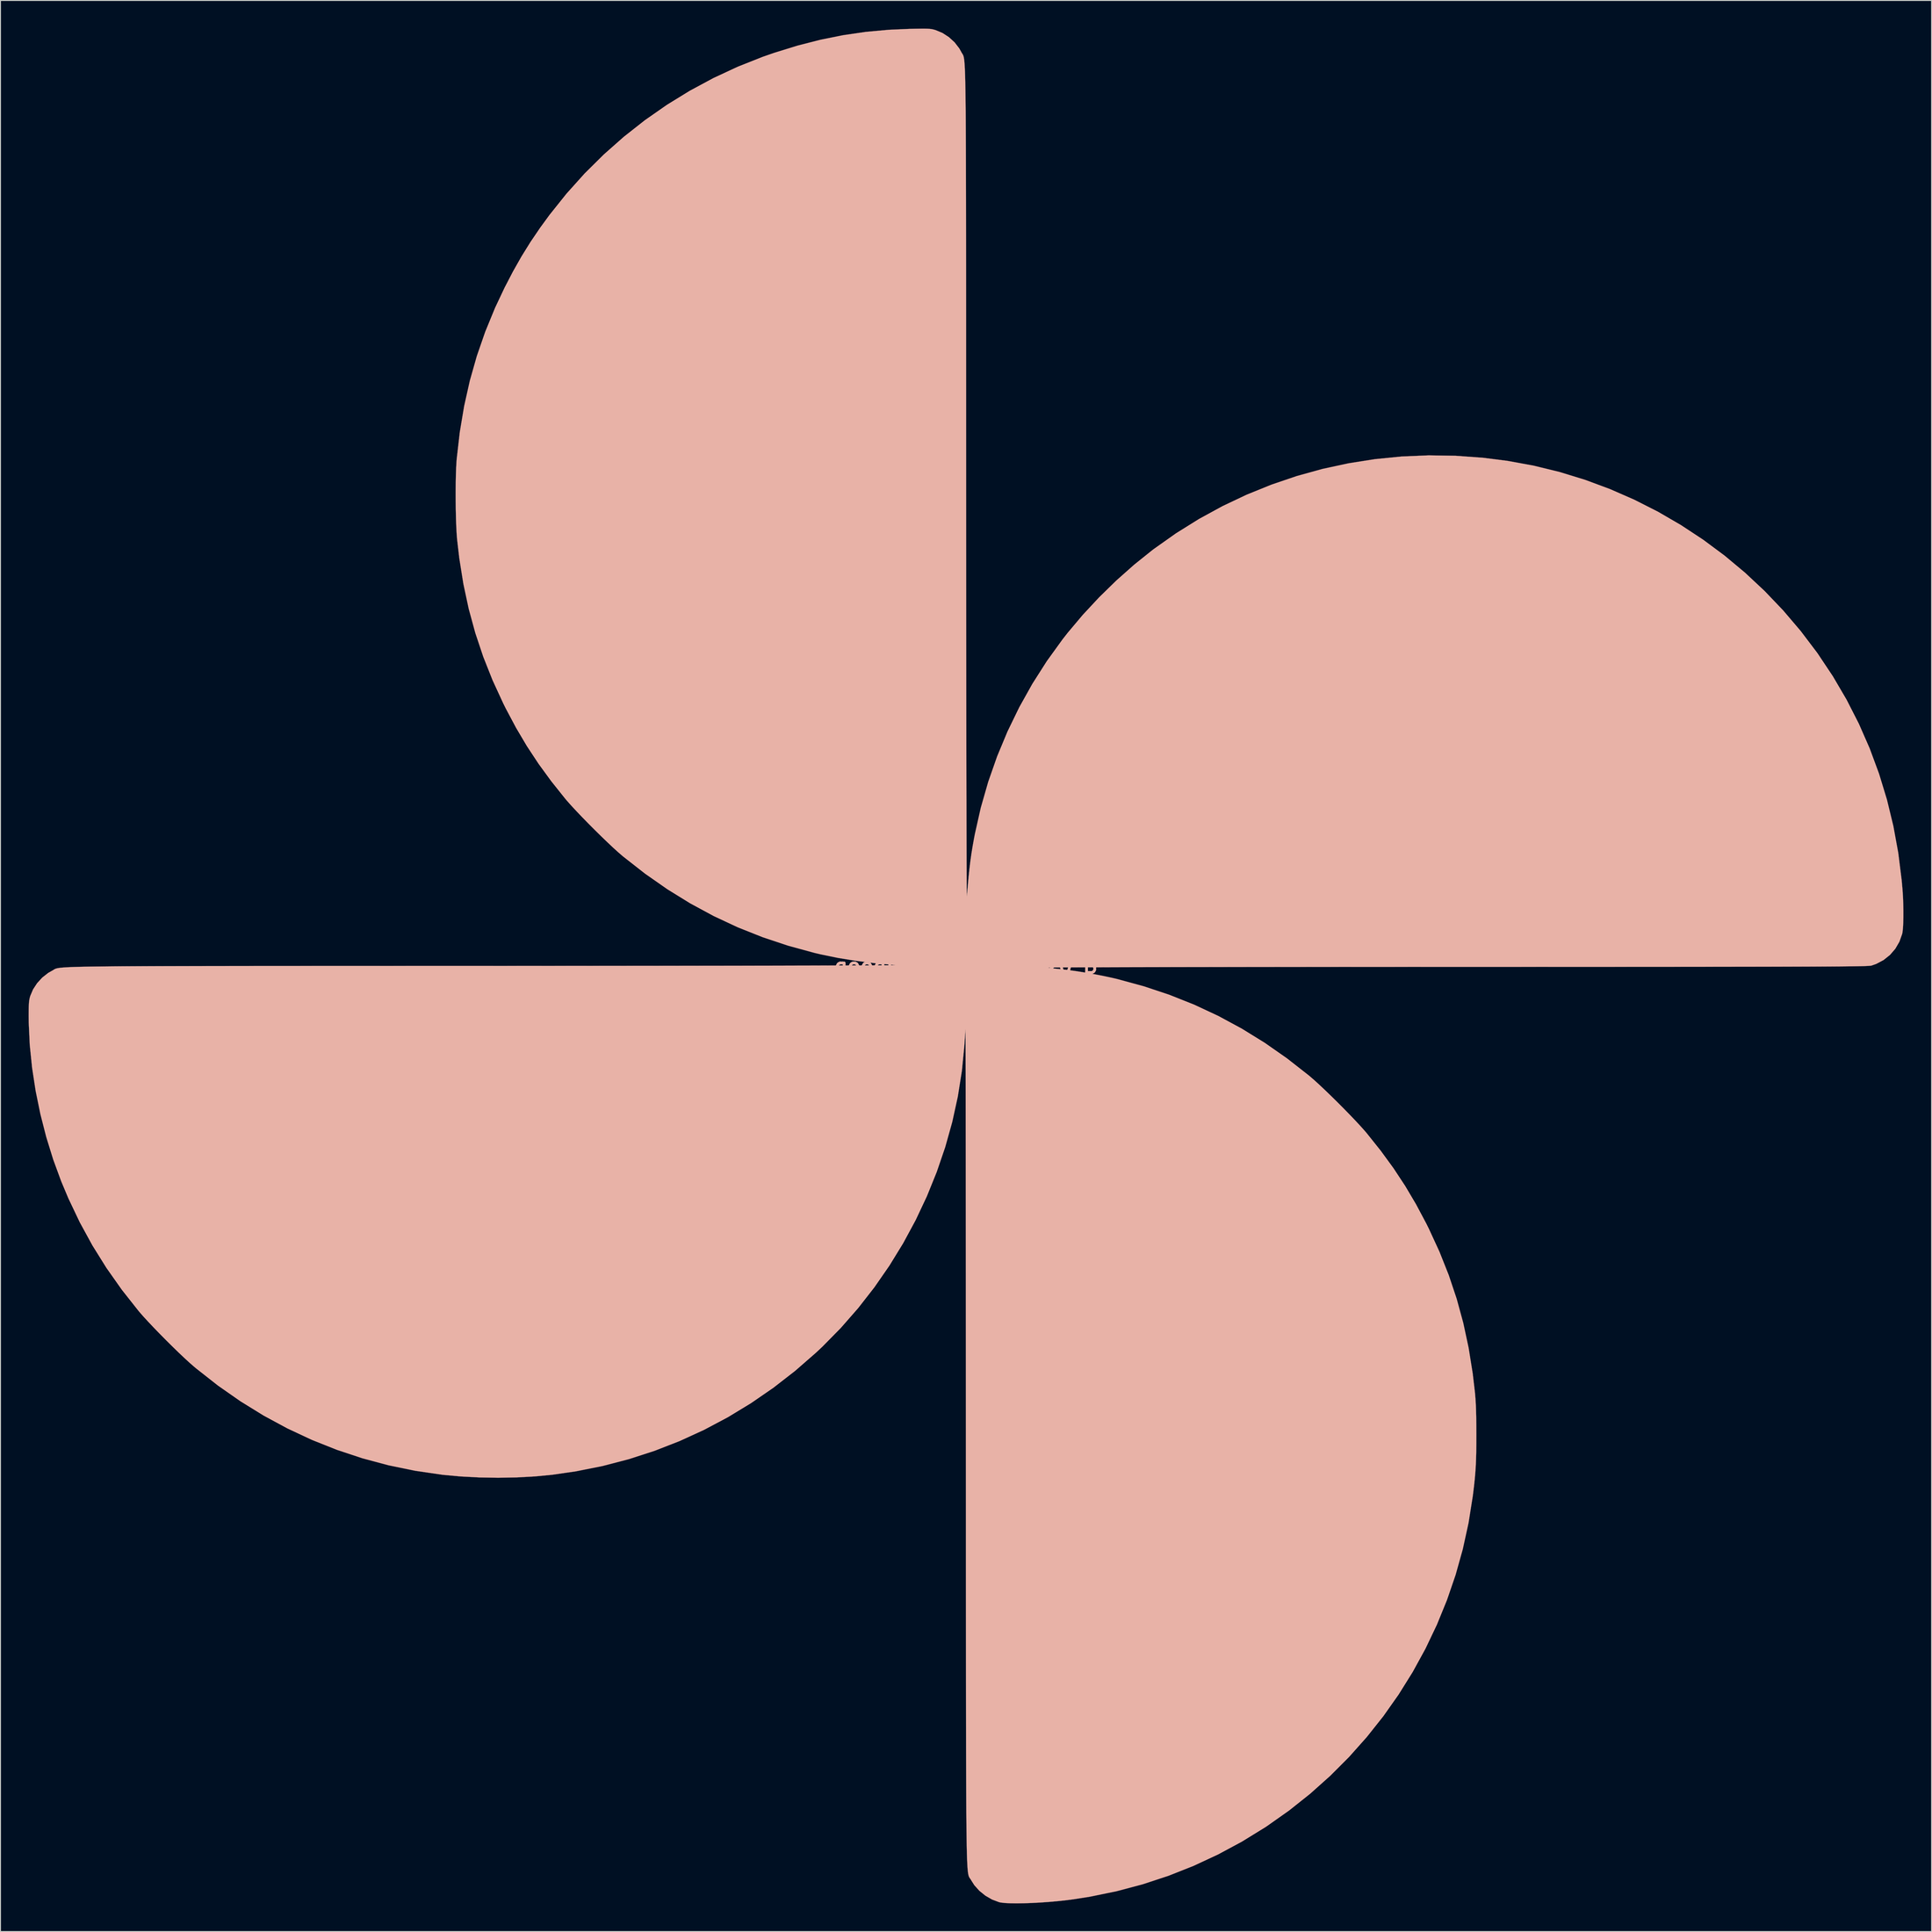
<source format=kicad_pcb>
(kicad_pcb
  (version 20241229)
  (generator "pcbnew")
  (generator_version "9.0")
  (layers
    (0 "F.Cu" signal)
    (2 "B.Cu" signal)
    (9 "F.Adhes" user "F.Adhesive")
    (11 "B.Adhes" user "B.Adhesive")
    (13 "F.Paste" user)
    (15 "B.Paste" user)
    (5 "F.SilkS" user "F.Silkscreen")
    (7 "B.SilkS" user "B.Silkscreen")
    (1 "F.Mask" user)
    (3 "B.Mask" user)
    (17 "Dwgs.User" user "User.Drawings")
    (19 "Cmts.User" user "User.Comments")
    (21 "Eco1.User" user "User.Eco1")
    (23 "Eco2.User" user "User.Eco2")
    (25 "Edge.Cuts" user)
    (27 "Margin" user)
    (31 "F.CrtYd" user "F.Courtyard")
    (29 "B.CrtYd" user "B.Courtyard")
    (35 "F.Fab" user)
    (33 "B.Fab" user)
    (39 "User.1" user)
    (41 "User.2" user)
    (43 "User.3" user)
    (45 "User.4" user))
  (footprint "google-photos_20x20_B"
    (layer "F.Cu")
    (at 99.912 99.91)
    (property "Reference" "google-photos_20x20_B" (at 0 0 0) (layer "B.SilkS") (effects (font (size 1.524 1.524) (thickness 0.3))))
    (attr through_hole)
    (fp_poly (pts (xy -4.106 -99.898) (xy -3.859 -99.882) (xy -3.659 -99.856) (xy -3.48 -99.818) (xy -3.297 -99.767) (xy -3.246 -99.752) (xy -2.513 -99.446) (xy -1.825 -99) (xy -1.216 -98.442) (xy -0.721 -97.801) (xy -0.512 -97.428) (xy -0.474 -97.357) (xy -0.439 -97.298) (xy -0.405 -97.247) (xy -0.374 -97.198) (xy -0.344 -97.148) (xy -0.315 -97.092) (xy -0.288 -97.026) (xy -0.263 -96.947) (xy -0.239 -96.848) (xy -0.217 -96.728) (xy -0.196 -96.58) (xy -0.177 -96.401) (xy -0.159 -96.186) (xy -0.142 -95.931) (xy -0.126 -95.633) (xy -0.111 -95.285) (xy -0.098 -94.886) (xy -0.086 -94.429) (xy -0.075 -93.911) (xy -0.064 -93.327) (xy -0.055 -92.674) (xy -0.047 -91.947) (xy -0.039 -91.141) (xy -0.032 -90.252) (xy -0.026 -89.277) (xy -0.021 -88.21) (xy -0.016 -87.048) (xy -0.012 -85.787) (xy -0.009 -84.421) (xy -0.006 -82.946) (xy -0.003 -81.359) (xy -0.001 -79.656) (xy 0.001 -77.831) (xy 0.002 -75.88) (xy 0.004 -73.8) (xy 0.005 -71.586) (xy 0.006 -69.233) (xy 0.006 -66.738) (xy 0.007 -64.096) (xy 0.008 -61.303) (xy 0.008 -58.355) (xy 0.009 -55.246) (xy 0.01 -51.974) (xy 0.01 -51.139) (xy 0.011 -48.407) (xy 0.012 -45.72) (xy 0.014 -43.084) (xy 0.015 -40.503) (xy 0.017 -37.982) (xy 0.019 -35.526) (xy 0.021 -33.139) (xy 0.024 -30.827) (xy 0.026 -28.594) (xy 0.029 -26.444) (xy 0.032 -24.384) (xy 0.035 -22.418) (xy 0.038 -20.549) (xy 0.041 -18.784) (xy 0.045 -17.128) (xy 0.048 -15.584) (xy 0.052 -14.157) (xy 0.056 -12.854) (xy 0.06 -11.678) (xy 0.064 -10.633) (xy 0.068 -9.726) (xy 0.072 -8.961) (xy 0.076 -8.342) (xy 0.08 -7.875) (xy 0.084 -7.564) (xy 0.088 -7.414) (xy 0.091 -7.408) (xy 0.185 -8.532) (xy 0.276 -9.52) (xy 0.37 -10.404) (xy 0.469 -11.217) (xy 0.579 -11.991) (xy 0.704 -12.761) (xy 0.847 -13.558) (xy 0.942 -14.055) (xy 1.574 -16.865) (xy 2.367 -19.63) (xy 3.317 -22.342) (xy 4.421 -24.992) (xy 5.673 -27.572) (xy 7.072 -30.075) (xy 8.613 -32.493) (xy 10.292 -34.817) (xy 10.842 -35.52) (xy 12.452 -37.431) (xy 14.191 -39.299) (xy 16.03 -41.094) (xy 17.936 -42.784) (xy 19.876 -44.339) (xy 20.024 -44.45) (xy 22.385 -46.12) (xy 24.826 -47.642) (xy 27.339 -49.015) (xy 29.918 -50.236) (xy 32.557 -51.305) (xy 35.25 -52.22) (xy 37.99 -52.979) (xy 40.772 -53.58) (xy 43.589 -54.023) (xy 46.434 -54.305) (xy 49.302 -54.425) (xy 52.186 -54.381) (xy 55.08 -54.173) (xy 57.7 -53.841) (xy 60.505 -53.327) (xy 63.266 -52.652) (xy 65.978 -51.819) (xy 68.633 -50.833) (xy 71.226 -49.698) (xy 73.75 -48.418) (xy 76.199 -46.995) (xy 78.566 -45.436) (xy 80.845 -43.743) (xy 83.029 -41.92) (xy 85.113 -39.971) (xy 87.09 -37.901) (xy 88.953 -35.713) (xy 90.697 -33.411) (xy 90.779 -33.295) (xy 92.392 -30.876) (xy 93.852 -28.383) (xy 95.16 -25.82) (xy 96.313 -23.19) (xy 97.31 -20.494) (xy 98.151 -17.737) (xy 98.835 -14.922) (xy 99.36 -12.05) (xy 99.726 -9.126) (xy 99.82 -8.048) (xy 99.864 -7.35) (xy 99.892 -6.627) (xy 99.906 -5.907) (xy 99.905 -5.218) (xy 99.89 -4.592) (xy 99.861 -4.055) (xy 99.818 -3.637) (xy 99.778 -3.426) (xy 99.481 -2.589) (xy 99.043 -1.837) (xy 98.479 -1.184) (xy 97.802 -0.643) (xy 97.027 -0.231) (xy 96.526 -0.052) (xy 96.482 -0.042) (xy 96.418 -0.032) (xy 96.33 -0.023) (xy 96.213 -0.014) (xy 96.063 -0.006) (xy 95.875 0.002) (xy 95.646 0.009) (xy 95.372 0.016) (xy 95.047 0.023) (xy 94.668 0.029) (xy 94.23 0.034) (xy 93.729 0.04) (xy 93.161 0.045) (xy 92.521 0.049) (xy 91.805 0.053) (xy 91.01 0.057) (xy 90.13 0.061) (xy 89.161 0.064) (xy 88.099 0.067) (xy 86.94 0.07) (xy 85.679 0.073) (xy 84.312 0.075) (xy 82.835 0.077) (xy 81.244 0.079) (xy 79.534 0.081) (xy 77.701 0.082) (xy 75.741 0.084) (xy 73.649 0.085) (xy 71.421 0.086) (xy 69.054 0.087) (xy 66.541 0.088) (xy 63.88 0.088) (xy 61.066 0.089) (xy 58.094 0.09) (xy 54.961 0.09) (xy 52.33 0.09) (xy 49.618 0.091) (xy 46.95 0.092) (xy 44.33 0.093) (xy 41.763 0.094) (xy 39.254 0.095) (xy 36.808 0.097) (xy 34.43 0.099) (xy 32.125 0.101) (xy 29.898 0.103) (xy 27.754 0.106) (xy 25.698 0.109) (xy 23.734 0.111) (xy 21.869 0.114) (xy 20.106 0.118) (xy 18.451 0.121) (xy 16.909 0.124) (xy 15.484 0.128) (xy 14.182 0.132) (xy 13.007 0.135) (xy 11.965 0.139) (xy 11.06 0.143) (xy 10.298 0.148) (xy 9.684 0.152) (xy 9.221 0.156) (xy 8.916 0.16) (xy 8.773 0.165) (xy 8.763 0.166) (xy 8.909 0.2) (xy 9.185 0.242) (xy 9.555 0.287) (xy 9.979 0.33) (xy 10.033 0.335) (xy 10.786 0.417) (xy 11.66 0.536) (xy 12.612 0.687) (xy 13.599 0.861) (xy 14.578 1.05) (xy 15.508 1.248) (xy 16.129 1.393) (xy 18.949 2.163) (xy 21.68 3.073) (xy 24.327 4.126) (xy 26.896 5.327) (xy 29.395 6.678) (xy 31.83 8.182) (xy 34.208 9.843) (xy 36.534 11.664) (xy 36.618 11.734) (xy 37.074 12.127) (xy 37.62 12.623) (xy 38.233 13.201) (xy 38.892 13.836) (xy 39.573 14.507) (xy 40.253 15.19) (xy 40.911 15.864) (xy 41.523 16.505) (xy 42.066 17.09) (xy 42.519 17.598) (xy 42.709 17.822) (xy 44.203 19.694) (xy 45.56 21.554) (xy 46.804 23.441) (xy 47.959 25.392) (xy 49.051 27.444) (xy 49.319 27.982) (xy 50.459 30.456) (xy 51.448 32.944) (xy 52.292 35.466) (xy 52.995 38.04) (xy 53.563 40.682) (xy 54.001 43.412) (xy 54.242 45.466) (xy 54.29 46.026) (xy 54.329 46.625) (xy 54.357 47.292) (xy 54.376 48.05) (xy 54.387 48.927) (xy 54.391 49.911) (xy 54.389 50.927) (xy 54.379 51.808) (xy 54.359 52.592) (xy 54.327 53.312) (xy 54.281 54.005) (xy 54.219 54.706) (xy 54.139 55.451) (xy 54.039 56.275) (xy 54.008 56.515) (xy 53.558 59.354) (xy 52.946 62.148) (xy 52.178 64.893) (xy 51.256 67.58) (xy 50.184 70.205) (xy 48.966 72.762) (xy 47.606 75.243) (xy 46.108 77.644) (xy 44.476 79.958) (xy 42.713 82.178) (xy 40.824 84.3) (xy 38.812 86.315) (xy 36.68 88.22) (xy 34.434 90.007) (xy 32.076 91.67) (xy 31.877 91.802) (xy 29.402 93.326) (xy 26.857 94.695) (xy 24.245 95.91) (xy 21.569 96.969) (xy 18.831 97.871) (xy 16.033 98.615) (xy 13.178 99.2) (xy 11.42 99.476) (xy 10.575 99.584) (xy 9.689 99.677) (xy 8.782 99.756) (xy 7.877 99.819) (xy 6.995 99.865) (xy 6.159 99.893) (xy 5.391 99.904) (xy 4.711 99.895) (xy 4.143 99.867) (xy 3.708 99.817) (xy 3.523 99.778) (xy 2.773 99.496) (xy 2.061 99.083) (xy 1.422 98.567) (xy 0.888 97.973) (xy 0.556 97.451) (xy 0.516 97.38) (xy 0.477 97.321) (xy 0.441 97.27) (xy 0.406 97.223) (xy 0.373 97.175) (xy 0.343 97.122) (xy 0.313 97.061) (xy 0.286 96.986) (xy 0.26 96.893) (xy 0.236 96.779) (xy 0.213 96.639) (xy 0.192 96.468) (xy 0.172 96.262) (xy 0.154 96.017) (xy 0.137 95.73) (xy 0.121 95.394) (xy 0.106 95.007) (xy 0.093 94.564) (xy 0.081 94.061) (xy 0.07 93.493) (xy 0.06 92.856) (xy 0.05 92.146) (xy 0.042 91.358) (xy 0.035 90.489) (xy 0.028 89.534) (xy 0.022 88.489) (xy 0.017 87.349) (xy 0.013 86.11) (xy 0.009 84.768) (xy 0.005 83.319) (xy 0.003 81.759) (xy 0.000155 80.082) (xy -0.002 78.285) (xy -0.004 76.364) (xy -0.005 74.315) (xy -0.006 72.132) (xy -0.007 69.812) (xy -0.008 67.35) (xy -0.009 64.743) (xy -0.01 61.986) (xy -0.01 59.074) (xy -0.011 56.004) (xy -0.012 52.771) (xy -0.013 51.054) (xy -0.014 48.315) (xy -0.015 45.62) (xy -0.016 42.973) (xy -0.017 40.38) (xy -0.019 37.846) (xy -0.02 35.374) (xy -0.021 32.971) (xy -0.023 30.641) (xy -0.025 28.389) (xy -0.026 26.219) (xy -0.028 24.137) (xy -0.029 22.148) (xy -0.031 20.257) (xy -0.033 18.467) (xy -0.035 16.785) (xy -0.036 15.215) (xy -0.038 13.763) (xy -0.04 12.432) (xy -0.042 11.227) (xy -0.044 10.155) (xy -0.045 9.219) (xy -0.047 8.424) (xy -0.049 7.776) (xy -0.051 7.279) (xy -0.052 6.938) (xy -0.054 6.758) (xy -0.055 6.731) (xy -0.07 6.933) (xy -0.094 7.265) (xy -0.123 7.689) (xy -0.156 8.167) (xy -0.173 8.424) (xy -0.442 11.174) (xy -0.876 13.911) (xy -1.47 16.625) (xy -2.221 19.307) (xy -3.124 21.949) (xy -4.174 24.542) (xy -5.368 27.077) (xy -6.701 29.545) (xy -8.169 31.936) (xy -9.768 34.243) (xy -11.493 36.456) (xy -13.339 38.566) (xy -15.304 40.565) (xy -15.996 41.215) (xy -18.222 43.155) (xy -20.533 44.95) (xy -22.925 46.597) (xy -25.393 48.096) (xy -27.934 49.444) (xy -30.544 50.639) (xy -33.22 51.681) (xy -35.956 52.566) (xy -38.75 53.294) (xy -41.598 53.862) (xy -44.111 54.225) (xy -45.941 54.4) (xy -47.877 54.505) (xy -49.87 54.542) (xy -51.87 54.509) (xy -53.831 54.407) (xy -55.702 54.236) (xy -55.838 54.22) (xy -58.717 53.798) (xy -61.547 53.215) (xy -64.325 52.471) (xy -67.049 51.568) (xy -69.714 50.508) (xy -72.317 49.291) (xy -74.856 47.92) (xy -77.327 46.395) (xy -79.727 44.719) (xy -82.053 42.891) (xy -82.296 42.688) (xy -82.759 42.284) (xy -83.311 41.777) (xy -83.928 41.192) (xy -84.586 40.551) (xy -85.264 39.879) (xy -85.936 39.198) (xy -86.58 38.533) (xy -87.173 37.906) (xy -87.691 37.342) (xy -88.11 36.863) (xy -88.173 36.788) (xy -89.972 34.51) (xy -91.613 32.182) (xy -93.106 29.789) (xy -94.457 27.318) (xy -95.676 24.755) (xy -96.437 22.945) (xy -97.288 20.628) (xy -98.029 18.233) (xy -98.655 15.787) (xy -99.161 13.315) (xy -99.54 10.845) (xy -99.789 8.403) (xy -99.9 6.018) (xy -99.907 5.331) (xy -99.904 4.739) (xy -99.895 4.284) (xy -99.876 3.934) (xy -99.846 3.659) (xy -99.801 3.425) (xy -99.739 3.2) (xy -99.739 3.199) (xy -99.439 2.494) (xy -99.001 1.826) (xy -98.454 1.23) (xy -97.829 0.74) (xy -97.428 0.512) (xy -97.357 0.474) (xy -97.298 0.439) (xy -97.247 0.405) (xy -97.198 0.374) (xy -97.148 0.344) (xy -97.092 0.315) (xy -97.026 0.288) (xy -96.947 0.263) (xy -96.848 0.239) (xy -96.728 0.217) (xy -96.58 0.196) (xy -96.4 0.177) (xy -96.186 0.159) (xy -95.931 0.142) (xy -95.632 0.126) (xy -95.285 0.111) (xy -94.886 0.098) (xy -94.429 0.086) (xy -93.911 0.075) (xy -93.327 0.064) (xy -92.674 0.055) (xy -91.947 0.047) (xy -91.141 0.039) (xy -90.252 0.032) (xy -89.277 0.026) (xy -88.21 0.021) (xy -87.048 0.016) (xy -85.786 0.012) (xy -84.42 0.009) (xy -82.946 0.006) (xy -81.359 0.003) (xy -79.655 0.001) (xy -77.83 -0.001) (xy -75.88 -0.003) (xy -73.8 -0.004) (xy -71.586 -0.005) (xy -69.233 -0.006) (xy -66.738 -0.007) (xy -64.096 -0.007) (xy -61.303 -0.008) (xy -58.354 -0.009) (xy -55.246 -0.009) (xy -51.974 -0.01) (xy -51.139 -0.01) (xy -48.315 -0.011) (xy -45.546 -0.013) (xy -42.838 -0.014) (xy -40.195 -0.016) (xy -37.621 -0.018) (xy -35.121 -0.02) (xy -32.699 -0.022) (xy -30.359 -0.025) (xy -28.107 -0.028) (xy -25.946 -0.03) (xy -23.881 -0.033) (xy -21.917 -0.037) (xy -20.058 -0.04) (xy -18.309 -0.044) (xy -16.673 -0.047) (xy -15.156 -0.051) (xy -13.761 -0.055) (xy -12.495 -0.059) (xy -11.36 -0.063) (xy -10.361 -0.067) (xy -9.503 -0.071) (xy -8.79 -0.076) (xy -8.228 -0.08) (xy -7.819 -0.085) (xy -7.569 -0.089) (xy -7.483 -0.094) (xy -7.493 -0.095) (xy -9.688 -0.297) (xy -11.744 -0.554) (xy -13.681 -0.87) (xy -15.52 -1.249) (xy -16.129 -1.393) (xy -18.949 -2.163) (xy -21.68 -3.073) (xy -24.327 -4.126) (xy -26.896 -5.327) (xy -29.395 -6.678) (xy -31.83 -8.182) (xy -34.208 -9.843) (xy -36.534 -11.664) (xy -36.618 -11.734) (xy -37.074 -12.127) (xy -37.62 -12.623) (xy -38.233 -13.201) (xy -38.892 -13.836) (xy -39.573 -14.507) (xy -40.253 -15.19) (xy -40.911 -15.864) (xy -41.523 -16.505) (xy -42.066 -17.09) (xy -42.519 -17.598) (xy -42.709 -17.822) (xy -44.203 -19.694) (xy -45.56 -21.554) (xy -46.804 -23.441) (xy -47.959 -25.392) (xy -49.051 -27.444) (xy -49.319 -27.982) (xy -50.462 -30.463) (xy -51.453 -32.96) (xy -52.299 -35.49) (xy -53.003 -38.071) (xy -53.571 -40.722) (xy -54.008 -43.459) (xy -54.241 -45.466) (xy -54.29 -46.082) (xy -54.33 -46.833) (xy -54.361 -47.687) (xy -54.382 -48.611) (xy -54.394 -49.572) (xy -54.396 -50.539) (xy -54.388 -51.479) (xy -54.37 -52.359) (xy -54.342 -53.147) (xy -54.303 -53.81) (xy -54.286 -54.017) (xy -53.956 -56.893) (xy -53.49 -59.675) (xy -52.885 -62.379) (xy -52.137 -65.016) (xy -51.242 -67.6) (xy -50.197 -70.145) (xy -49.178 -72.305) (xy -48.282 -74.029) (xy -47.372 -75.635) (xy -46.417 -77.172) (xy -45.386 -78.691) (xy -44.392 -80.052) (xy -42.583 -82.315) (xy -40.656 -84.461) (xy -38.615 -86.485) (xy -36.467 -88.384) (xy -34.218 -90.154) (xy -31.873 -91.789) (xy -29.439 -93.286) (xy -26.92 -94.641) (xy -24.324 -95.849) (xy -21.655 -96.907) (xy -20.447 -97.327) (xy -17.955 -98.097) (xy -15.515 -98.722) (xy -13.098 -99.209) (xy -10.676 -99.562) (xy -8.219 -99.786) (xy -6.044 -99.881) (xy -5.367 -99.895) (xy -4.835 -99.903) (xy -4.423 -99.905) (xy -4.106 -99.898)) (stroke (width 0.01) (type solid)) (fill yes) (layer "B.SilkS")))
  (gr_rect
    (start -3 -3)
    (end 202.823 202.819)
    (stroke (width 0.1) (type default))
    (fill no)
    (layer "Edge.Cuts")))
</source>
